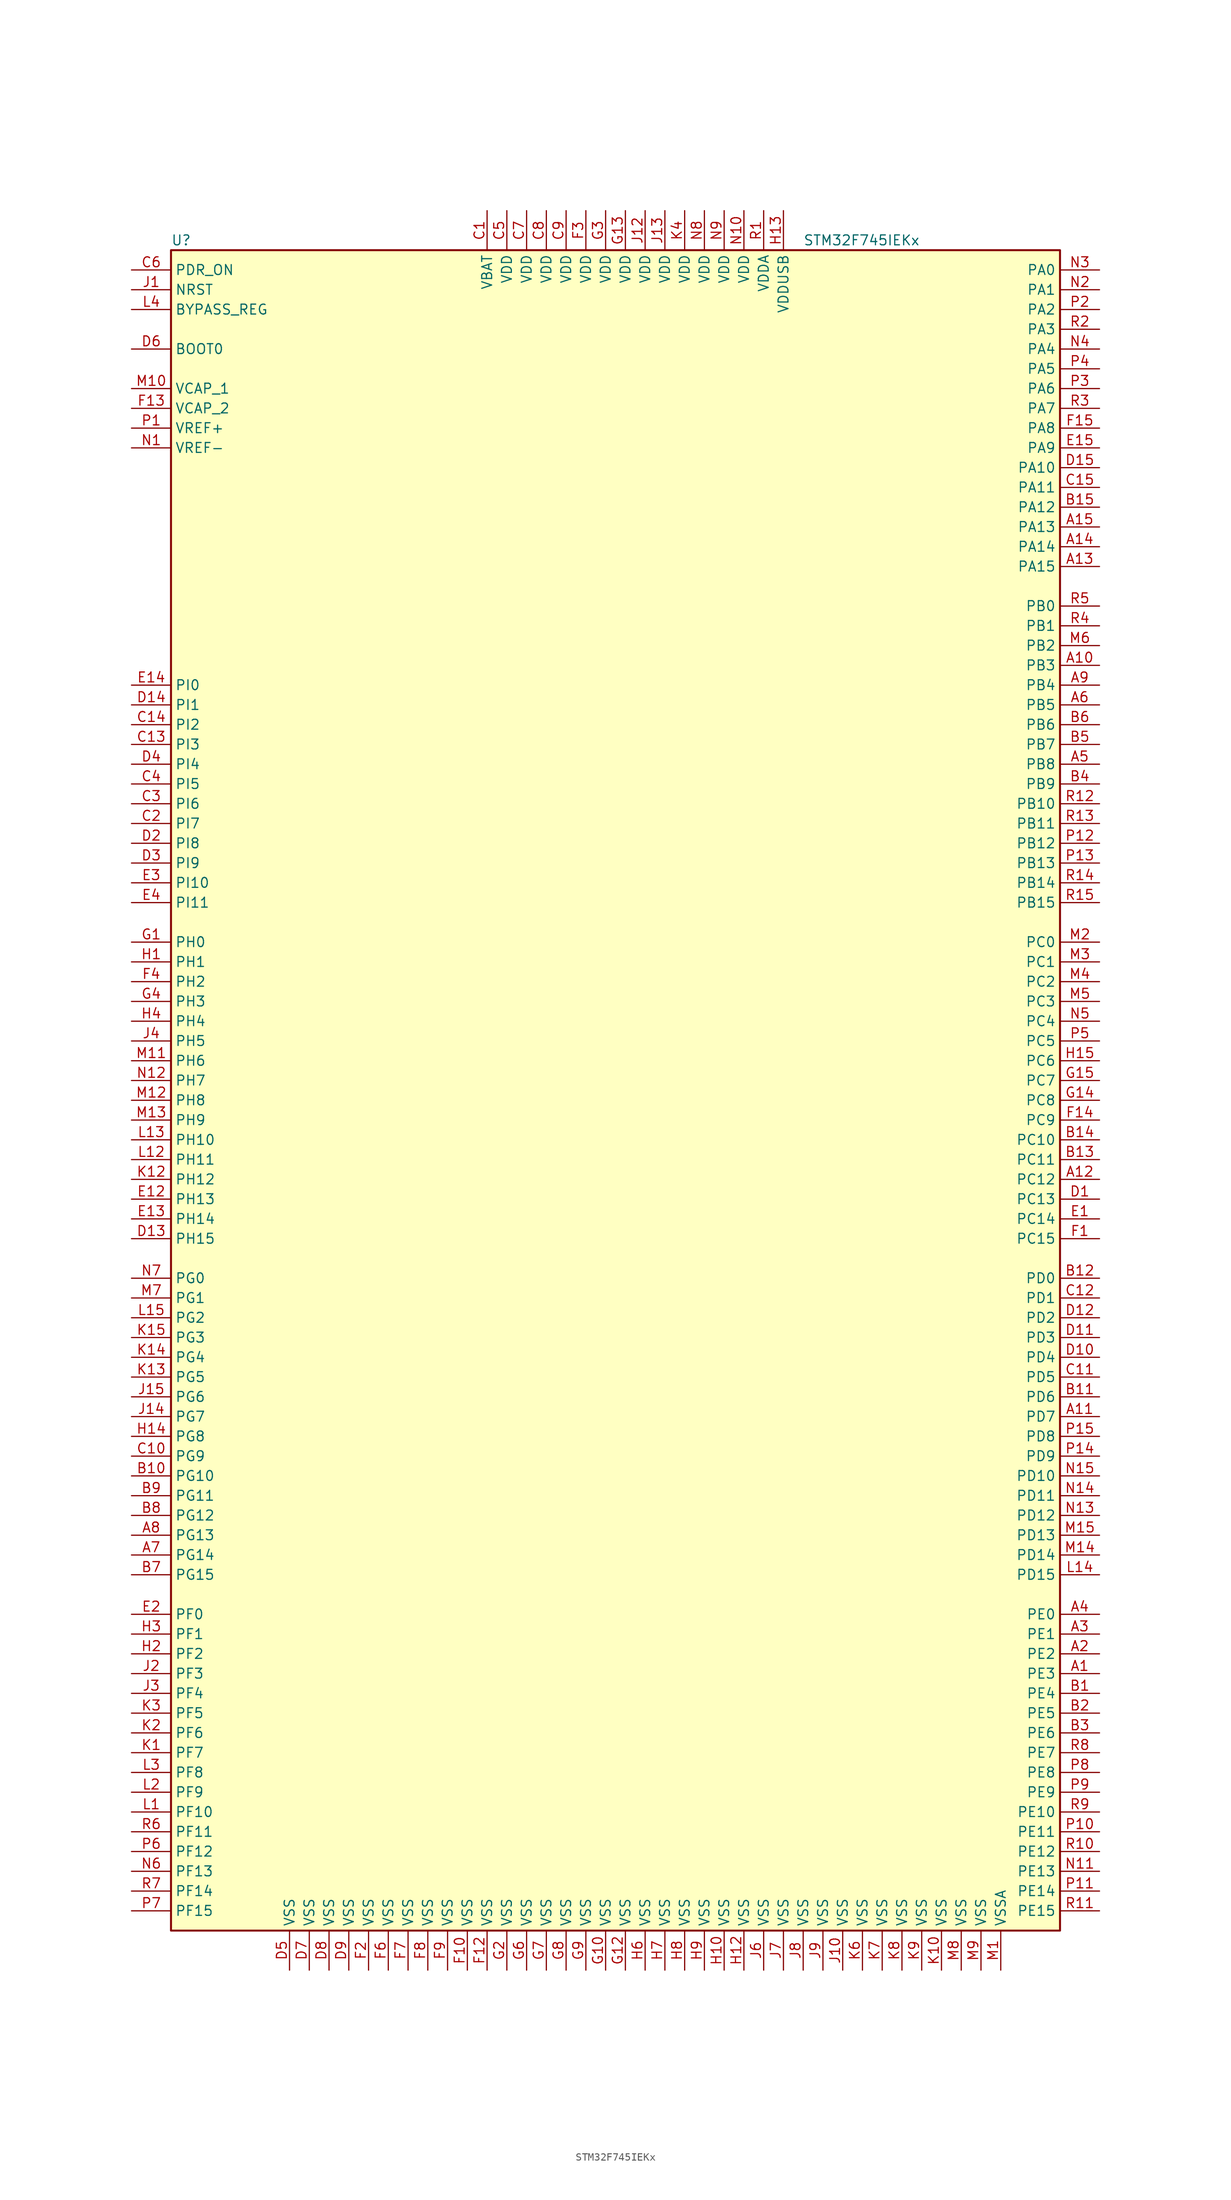
<source format=kicad_sym>
(kicad_symbol_lib
  (version 20201005)
  (generator kicad_symbol_editor)
  (symbol "STM32F745IEKx"
    (property "Reference" "U"
      (at -58.42 107.95 0)
      (effects (font (size 1.27 1.27)) (justify left)))
    (property "Value" "STM32F745IEKx"
      (at 22.86 107.95 0)
      (effects (font (size 1.27 1.27)) (justify left)))
    (symbol "STM32F745IEKx_0_1"
      (rectangle (start -58.42 -109.22) (end 55.88 106.68) (stroke (width 0.254)) (fill (type background))))
    (symbol "STM32F745IEKx_1_1"
      (pin input line (at -63.5 93.98 0) (length 5.08) (name "BOOT0" (effects (font (size 1.27 1.27)))) (number "D6" (effects (font (size 1.27 1.27)))))
      (pin input line (at -63.5 99.06 0) (length 5.08) (name "BYPASS_REG" (effects (font (size 1.27 1.27)))) (number "L4" (effects (font (size 1.27 1.27)))))
      (pin input line (at -63.5 101.6 0) (length 5.08) (name "NRST" (effects (font (size 1.27 1.27)))) (number "J1" (effects (font (size 1.27 1.27)))))
      (pin bidirectional line (at 60.96 104.14 180) (length 5.08) (name "PA0" (effects (font (size 1.27 1.27)))) (number "N3" (effects (font (size 1.27 1.27)))))
      (pin bidirectional line (at 60.96 101.6 180) (length 5.08) (name "PA1" (effects (font (size 1.27 1.27)))) (number "N2" (effects (font (size 1.27 1.27)))))
      (pin bidirectional line (at 60.96 78.74 180) (length 5.08) (name "PA10" (effects (font (size 1.27 1.27)))) (number "D15" (effects (font (size 1.27 1.27)))))
      (pin bidirectional line (at 60.96 76.2 180) (length 5.08) (name "PA11" (effects (font (size 1.27 1.27)))) (number "C15" (effects (font (size 1.27 1.27)))))
      (pin bidirectional line (at 60.96 73.66 180) (length 5.08) (name "PA12" (effects (font (size 1.27 1.27)))) (number "B15" (effects (font (size 1.27 1.27)))))
      (pin bidirectional line (at 60.96 71.12 180) (length 5.08) (name "PA13" (effects (font (size 1.27 1.27)))) (number "A15" (effects (font (size 1.27 1.27)))))
      (pin bidirectional line (at 60.96 68.58 180) (length 5.08) (name "PA14" (effects (font (size 1.27 1.27)))) (number "A14" (effects (font (size 1.27 1.27)))))
      (pin bidirectional line (at 60.96 66.04 180) (length 5.08) (name "PA15" (effects (font (size 1.27 1.27)))) (number "A13" (effects (font (size 1.27 1.27)))))
      (pin bidirectional line (at 60.96 99.06 180) (length 5.08) (name "PA2" (effects (font (size 1.27 1.27)))) (number "P2" (effects (font (size 1.27 1.27)))))
      (pin bidirectional line (at 60.96 96.52 180) (length 5.08) (name "PA3" (effects (font (size 1.27 1.27)))) (number "R2" (effects (font (size 1.27 1.27)))))
      (pin bidirectional line (at 60.96 93.98 180) (length 5.08) (name "PA4" (effects (font (size 1.27 1.27)))) (number "N4" (effects (font (size 1.27 1.27)))))
      (pin bidirectional line (at 60.96 91.44 180) (length 5.08) (name "PA5" (effects (font (size 1.27 1.27)))) (number "P4" (effects (font (size 1.27 1.27)))))
      (pin bidirectional line (at 60.96 88.9 180) (length 5.08) (name "PA6" (effects (font (size 1.27 1.27)))) (number "P3" (effects (font (size 1.27 1.27)))))
      (pin bidirectional line (at 60.96 86.36 180) (length 5.08) (name "PA7" (effects (font (size 1.27 1.27)))) (number "R3" (effects (font (size 1.27 1.27)))))
      (pin bidirectional line (at 60.96 83.82 180) (length 5.08) (name "PA8" (effects (font (size 1.27 1.27)))) (number "F15" (effects (font (size 1.27 1.27)))))
      (pin bidirectional line (at 60.96 81.28 180) (length 5.08) (name "PA9" (effects (font (size 1.27 1.27)))) (number "E15" (effects (font (size 1.27 1.27)))))
      (pin bidirectional line (at 60.96 60.96 180) (length 5.08) (name "PB0" (effects (font (size 1.27 1.27)))) (number "R5" (effects (font (size 1.27 1.27)))))
      (pin bidirectional line (at 60.96 58.42 180) (length 5.08) (name "PB1" (effects (font (size 1.27 1.27)))) (number "R4" (effects (font (size 1.27 1.27)))))
      (pin bidirectional line (at 60.96 35.56 180) (length 5.08) (name "PB10" (effects (font (size 1.27 1.27)))) (number "R12" (effects (font (size 1.27 1.27)))))
      (pin bidirectional line (at 60.96 33.02 180) (length 5.08) (name "PB11" (effects (font (size 1.27 1.27)))) (number "R13" (effects (font (size 1.27 1.27)))))
      (pin bidirectional line (at 60.96 30.48 180) (length 5.08) (name "PB12" (effects (font (size 1.27 1.27)))) (number "P12" (effects (font (size 1.27 1.27)))))
      (pin bidirectional line (at 60.96 27.94 180) (length 5.08) (name "PB13" (effects (font (size 1.27 1.27)))) (number "P13" (effects (font (size 1.27 1.27)))))
      (pin bidirectional line (at 60.96 25.4 180) (length 5.08) (name "PB14" (effects (font (size 1.27 1.27)))) (number "R14" (effects (font (size 1.27 1.27)))))
      (pin bidirectional line (at 60.96 22.86 180) (length 5.08) (name "PB15" (effects (font (size 1.27 1.27)))) (number "R15" (effects (font (size 1.27 1.27)))))
      (pin bidirectional line (at 60.96 55.88 180) (length 5.08) (name "PB2" (effects (font (size 1.27 1.27)))) (number "M6" (effects (font (size 1.27 1.27)))))
      (pin bidirectional line (at 60.96 53.34 180) (length 5.08) (name "PB3" (effects (font (size 1.27 1.27)))) (number "A10" (effects (font (size 1.27 1.27)))))
      (pin bidirectional line (at 60.96 50.8 180) (length 5.08) (name "PB4" (effects (font (size 1.27 1.27)))) (number "A9" (effects (font (size 1.27 1.27)))))
      (pin bidirectional line (at 60.96 48.26 180) (length 5.08) (name "PB5" (effects (font (size 1.27 1.27)))) (number "A6" (effects (font (size 1.27 1.27)))))
      (pin bidirectional line (at 60.96 45.72 180) (length 5.08) (name "PB6" (effects (font (size 1.27 1.27)))) (number "B6" (effects (font (size 1.27 1.27)))))
      (pin bidirectional line (at 60.96 43.18 180) (length 5.08) (name "PB7" (effects (font (size 1.27 1.27)))) (number "B5" (effects (font (size 1.27 1.27)))))
      (pin bidirectional line (at 60.96 40.64 180) (length 5.08) (name "PB8" (effects (font (size 1.27 1.27)))) (number "A5" (effects (font (size 1.27 1.27)))))
      (pin bidirectional line (at 60.96 38.1 180) (length 5.08) (name "PB9" (effects (font (size 1.27 1.27)))) (number "B4" (effects (font (size 1.27 1.27)))))
      (pin bidirectional line (at 60.96 17.78 180) (length 5.08) (name "PC0" (effects (font (size 1.27 1.27)))) (number "M2" (effects (font (size 1.27 1.27)))))
      (pin bidirectional line (at 60.96 15.24 180) (length 5.08) (name "PC1" (effects (font (size 1.27 1.27)))) (number "M3" (effects (font (size 1.27 1.27)))))
      (pin bidirectional line (at 60.96 -7.62 180) (length 5.08) (name "PC10" (effects (font (size 1.27 1.27)))) (number "B14" (effects (font (size 1.27 1.27)))))
      (pin bidirectional line (at 60.96 -10.16 180) (length 5.08) (name "PC11" (effects (font (size 1.27 1.27)))) (number "B13" (effects (font (size 1.27 1.27)))))
      (pin bidirectional line (at 60.96 -12.7 180) (length 5.08) (name "PC12" (effects (font (size 1.27 1.27)))) (number "A12" (effects (font (size 1.27 1.27)))))
      (pin bidirectional line (at 60.96 -15.24 180) (length 5.08) (name "PC13" (effects (font (size 1.27 1.27)))) (number "D1" (effects (font (size 1.27 1.27)))))
      (pin bidirectional line (at 60.96 -17.78 180) (length 5.08) (name "PC14" (effects (font (size 1.27 1.27)))) (number "E1" (effects (font (size 1.27 1.27)))))
      (pin bidirectional line (at 60.96 -20.32 180) (length 5.08) (name "PC15" (effects (font (size 1.27 1.27)))) (number "F1" (effects (font (size 1.27 1.27)))))
      (pin bidirectional line (at 60.96 12.7 180) (length 5.08) (name "PC2" (effects (font (size 1.27 1.27)))) (number "M4" (effects (font (size 1.27 1.27)))))
      (pin bidirectional line (at 60.96 10.16 180) (length 5.08) (name "PC3" (effects (font (size 1.27 1.27)))) (number "M5" (effects (font (size 1.27 1.27)))))
      (pin bidirectional line (at 60.96 7.62 180) (length 5.08) (name "PC4" (effects (font (size 1.27 1.27)))) (number "N5" (effects (font (size 1.27 1.27)))))
      (pin bidirectional line (at 60.96 5.08 180) (length 5.08) (name "PC5" (effects (font (size 1.27 1.27)))) (number "P5" (effects (font (size 1.27 1.27)))))
      (pin bidirectional line (at 60.96 2.54 180) (length 5.08) (name "PC6" (effects (font (size 1.27 1.27)))) (number "H15" (effects (font (size 1.27 1.27)))))
      (pin bidirectional line (at 60.96 0 180) (length 5.08) (name "PC7" (effects (font (size 1.27 1.27)))) (number "G15" (effects (font (size 1.27 1.27)))))
      (pin bidirectional line (at 60.96 -2.54 180) (length 5.08) (name "PC8" (effects (font (size 1.27 1.27)))) (number "G14" (effects (font (size 1.27 1.27)))))
      (pin bidirectional line (at 60.96 -5.08 180) (length 5.08) (name "PC9" (effects (font (size 1.27 1.27)))) (number "F14" (effects (font (size 1.27 1.27)))))
      (pin bidirectional line (at 60.96 -25.4 180) (length 5.08) (name "PD0" (effects (font (size 1.27 1.27)))) (number "B12" (effects (font (size 1.27 1.27)))))
      (pin bidirectional line (at 60.96 -27.94 180) (length 5.08) (name "PD1" (effects (font (size 1.27 1.27)))) (number "C12" (effects (font (size 1.27 1.27)))))
      (pin bidirectional line (at 60.96 -50.8 180) (length 5.08) (name "PD10" (effects (font (size 1.27 1.27)))) (number "N15" (effects (font (size 1.27 1.27)))))
      (pin bidirectional line (at 60.96 -53.34 180) (length 5.08) (name "PD11" (effects (font (size 1.27 1.27)))) (number "N14" (effects (font (size 1.27 1.27)))))
      (pin bidirectional line (at 60.96 -55.88 180) (length 5.08) (name "PD12" (effects (font (size 1.27 1.27)))) (number "N13" (effects (font (size 1.27 1.27)))))
      (pin bidirectional line (at 60.96 -58.42 180) (length 5.08) (name "PD13" (effects (font (size 1.27 1.27)))) (number "M15" (effects (font (size 1.27 1.27)))))
      (pin bidirectional line (at 60.96 -60.96 180) (length 5.08) (name "PD14" (effects (font (size 1.27 1.27)))) (number "M14" (effects (font (size 1.27 1.27)))))
      (pin bidirectional line (at 60.96 -63.5 180) (length 5.08) (name "PD15" (effects (font (size 1.27 1.27)))) (number "L14" (effects (font (size 1.27 1.27)))))
      (pin bidirectional line (at 60.96 -30.48 180) (length 5.08) (name "PD2" (effects (font (size 1.27 1.27)))) (number "D12" (effects (font (size 1.27 1.27)))))
      (pin bidirectional line (at 60.96 -33.02 180) (length 5.08) (name "PD3" (effects (font (size 1.27 1.27)))) (number "D11" (effects (font (size 1.27 1.27)))))
      (pin bidirectional line (at 60.96 -35.56 180) (length 5.08) (name "PD4" (effects (font (size 1.27 1.27)))) (number "D10" (effects (font (size 1.27 1.27)))))
      (pin bidirectional line (at 60.96 -38.1 180) (length 5.08) (name "PD5" (effects (font (size 1.27 1.27)))) (number "C11" (effects (font (size 1.27 1.27)))))
      (pin bidirectional line (at 60.96 -40.64 180) (length 5.08) (name "PD6" (effects (font (size 1.27 1.27)))) (number "B11" (effects (font (size 1.27 1.27)))))
      (pin bidirectional line (at 60.96 -43.18 180) (length 5.08) (name "PD7" (effects (font (size 1.27 1.27)))) (number "A11" (effects (font (size 1.27 1.27)))))
      (pin bidirectional line (at 60.96 -45.72 180) (length 5.08) (name "PD8" (effects (font (size 1.27 1.27)))) (number "P15" (effects (font (size 1.27 1.27)))))
      (pin bidirectional line (at 60.96 -48.26 180) (length 5.08) (name "PD9" (effects (font (size 1.27 1.27)))) (number "P14" (effects (font (size 1.27 1.27)))))
      (pin input line (at -63.5 104.14 0) (length 5.08) (name "PDR_ON" (effects (font (size 1.27 1.27)))) (number "C6" (effects (font (size 1.27 1.27)))))
      (pin bidirectional line (at 60.96 -68.58 180) (length 5.08) (name "PE0" (effects (font (size 1.27 1.27)))) (number "A4" (effects (font (size 1.27 1.27)))))
      (pin bidirectional line (at 60.96 -71.12 180) (length 5.08) (name "PE1" (effects (font (size 1.27 1.27)))) (number "A3" (effects (font (size 1.27 1.27)))))
      (pin bidirectional line (at 60.96 -93.98 180) (length 5.08) (name "PE10" (effects (font (size 1.27 1.27)))) (number "R9" (effects (font (size 1.27 1.27)))))
      (pin bidirectional line (at 60.96 -96.52 180) (length 5.08) (name "PE11" (effects (font (size 1.27 1.27)))) (number "P10" (effects (font (size 1.27 1.27)))))
      (pin bidirectional line (at 60.96 -99.06 180) (length 5.08) (name "PE12" (effects (font (size 1.27 1.27)))) (number "R10" (effects (font (size 1.27 1.27)))))
      (pin bidirectional line (at 60.96 -101.6 180) (length 5.08) (name "PE13" (effects (font (size 1.27 1.27)))) (number "N11" (effects (font (size 1.27 1.27)))))
      (pin bidirectional line (at 60.96 -104.14 180) (length 5.08) (name "PE14" (effects (font (size 1.27 1.27)))) (number "P11" (effects (font (size 1.27 1.27)))))
      (pin bidirectional line (at 60.96 -106.68 180) (length 5.08) (name "PE15" (effects (font (size 1.27 1.27)))) (number "R11" (effects (font (size 1.27 1.27)))))
      (pin bidirectional line (at 60.96 -73.66 180) (length 5.08) (name "PE2" (effects (font (size 1.27 1.27)))) (number "A2" (effects (font (size 1.27 1.27)))))
      (pin bidirectional line (at 60.96 -76.2 180) (length 5.08) (name "PE3" (effects (font (size 1.27 1.27)))) (number "A1" (effects (font (size 1.27 1.27)))))
      (pin bidirectional line (at 60.96 -78.74 180) (length 5.08) (name "PE4" (effects (font (size 1.27 1.27)))) (number "B1" (effects (font (size 1.27 1.27)))))
      (pin bidirectional line (at 60.96 -81.28 180) (length 5.08) (name "PE5" (effects (font (size 1.27 1.27)))) (number "B2" (effects (font (size 1.27 1.27)))))
      (pin bidirectional line (at 60.96 -83.82 180) (length 5.08) (name "PE6" (effects (font (size 1.27 1.27)))) (number "B3" (effects (font (size 1.27 1.27)))))
      (pin bidirectional line (at 60.96 -86.36 180) (length 5.08) (name "PE7" (effects (font (size 1.27 1.27)))) (number "R8" (effects (font (size 1.27 1.27)))))
      (pin bidirectional line (at 60.96 -88.9 180) (length 5.08) (name "PE8" (effects (font (size 1.27 1.27)))) (number "P8" (effects (font (size 1.27 1.27)))))
      (pin bidirectional line (at 60.96 -91.44 180) (length 5.08) (name "PE9" (effects (font (size 1.27 1.27)))) (number "P9" (effects (font (size 1.27 1.27)))))
      (pin bidirectional line (at -63.5 -68.58 0) (length 5.08) (name "PF0" (effects (font (size 1.27 1.27)))) (number "E2" (effects (font (size 1.27 1.27)))))
      (pin bidirectional line (at -63.5 -71.12 0) (length 5.08) (name "PF1" (effects (font (size 1.27 1.27)))) (number "H3" (effects (font (size 1.27 1.27)))))
      (pin bidirectional line (at -63.5 -93.98 0) (length 5.08) (name "PF10" (effects (font (size 1.27 1.27)))) (number "L1" (effects (font (size 1.27 1.27)))))
      (pin bidirectional line (at -63.5 -96.52 0) (length 5.08) (name "PF11" (effects (font (size 1.27 1.27)))) (number "R6" (effects (font (size 1.27 1.27)))))
      (pin bidirectional line (at -63.5 -99.06 0) (length 5.08) (name "PF12" (effects (font (size 1.27 1.27)))) (number "P6" (effects (font (size 1.27 1.27)))))
      (pin bidirectional line (at -63.5 -101.6 0) (length 5.08) (name "PF13" (effects (font (size 1.27 1.27)))) (number "N6" (effects (font (size 1.27 1.27)))))
      (pin bidirectional line (at -63.5 -104.14 0) (length 5.08) (name "PF14" (effects (font (size 1.27 1.27)))) (number "R7" (effects (font (size 1.27 1.27)))))
      (pin bidirectional line (at -63.5 -106.68 0) (length 5.08) (name "PF15" (effects (font (size 1.27 1.27)))) (number "P7" (effects (font (size 1.27 1.27)))))
      (pin bidirectional line (at -63.5 -73.66 0) (length 5.08) (name "PF2" (effects (font (size 1.27 1.27)))) (number "H2" (effects (font (size 1.27 1.27)))))
      (pin bidirectional line (at -63.5 -76.2 0) (length 5.08) (name "PF3" (effects (font (size 1.27 1.27)))) (number "J2" (effects (font (size 1.27 1.27)))))
      (pin bidirectional line (at -63.5 -78.74 0) (length 5.08) (name "PF4" (effects (font (size 1.27 1.27)))) (number "J3" (effects (font (size 1.27 1.27)))))
      (pin bidirectional line (at -63.5 -81.28 0) (length 5.08) (name "PF5" (effects (font (size 1.27 1.27)))) (number "K3" (effects (font (size 1.27 1.27)))))
      (pin bidirectional line (at -63.5 -83.82 0) (length 5.08) (name "PF6" (effects (font (size 1.27 1.27)))) (number "K2" (effects (font (size 1.27 1.27)))))
      (pin bidirectional line (at -63.5 -86.36 0) (length 5.08) (name "PF7" (effects (font (size 1.27 1.27)))) (number "K1" (effects (font (size 1.27 1.27)))))
      (pin bidirectional line (at -63.5 -88.9 0) (length 5.08) (name "PF8" (effects (font (size 1.27 1.27)))) (number "L3" (effects (font (size 1.27 1.27)))))
      (pin bidirectional line (at -63.5 -91.44 0) (length 5.08) (name "PF9" (effects (font (size 1.27 1.27)))) (number "L2" (effects (font (size 1.27 1.27)))))
      (pin bidirectional line (at -63.5 -25.4 0) (length 5.08) (name "PG0" (effects (font (size 1.27 1.27)))) (number "N7" (effects (font (size 1.27 1.27)))))
      (pin bidirectional line (at -63.5 -27.94 0) (length 5.08) (name "PG1" (effects (font (size 1.27 1.27)))) (number "M7" (effects (font (size 1.27 1.27)))))
      (pin bidirectional line (at -63.5 -50.8 0) (length 5.08) (name "PG10" (effects (font (size 1.27 1.27)))) (number "B10" (effects (font (size 1.27 1.27)))))
      (pin bidirectional line (at -63.5 -53.34 0) (length 5.08) (name "PG11" (effects (font (size 1.27 1.27)))) (number "B9" (effects (font (size 1.27 1.27)))))
      (pin bidirectional line (at -63.5 -55.88 0) (length 5.08) (name "PG12" (effects (font (size 1.27 1.27)))) (number "B8" (effects (font (size 1.27 1.27)))))
      (pin bidirectional line (at -63.5 -58.42 0) (length 5.08) (name "PG13" (effects (font (size 1.27 1.27)))) (number "A8" (effects (font (size 1.27 1.27)))))
      (pin bidirectional line (at -63.5 -60.96 0) (length 5.08) (name "PG14" (effects (font (size 1.27 1.27)))) (number "A7" (effects (font (size 1.27 1.27)))))
      (pin bidirectional line (at -63.5 -63.5 0) (length 5.08) (name "PG15" (effects (font (size 1.27 1.27)))) (number "B7" (effects (font (size 1.27 1.27)))))
      (pin bidirectional line (at -63.5 -30.48 0) (length 5.08) (name "PG2" (effects (font (size 1.27 1.27)))) (number "L15" (effects (font (size 1.27 1.27)))))
      (pin bidirectional line (at -63.5 -33.02 0) (length 5.08) (name "PG3" (effects (font (size 1.27 1.27)))) (number "K15" (effects (font (size 1.27 1.27)))))
      (pin bidirectional line (at -63.5 -35.56 0) (length 5.08) (name "PG4" (effects (font (size 1.27 1.27)))) (number "K14" (effects (font (size 1.27 1.27)))))
      (pin bidirectional line (at -63.5 -38.1 0) (length 5.08) (name "PG5" (effects (font (size 1.27 1.27)))) (number "K13" (effects (font (size 1.27 1.27)))))
      (pin bidirectional line (at -63.5 -40.64 0) (length 5.08) (name "PG6" (effects (font (size 1.27 1.27)))) (number "J15" (effects (font (size 1.27 1.27)))))
      (pin bidirectional line (at -63.5 -43.18 0) (length 5.08) (name "PG7" (effects (font (size 1.27 1.27)))) (number "J14" (effects (font (size 1.27 1.27)))))
      (pin bidirectional line (at -63.5 -45.72 0) (length 5.08) (name "PG8" (effects (font (size 1.27 1.27)))) (number "H14" (effects (font (size 1.27 1.27)))))
      (pin bidirectional line (at -63.5 -48.26 0) (length 5.08) (name "PG9" (effects (font (size 1.27 1.27)))) (number "C10" (effects (font (size 1.27 1.27)))))
      (pin input line (at -63.5 17.78 0) (length 5.08) (name "PH0" (effects (font (size 1.27 1.27)))) (number "G1" (effects (font (size 1.27 1.27)))))
      (pin input line (at -63.5 15.24 0) (length 5.08) (name "PH1" (effects (font (size 1.27 1.27)))) (number "H1" (effects (font (size 1.27 1.27)))))
      (pin bidirectional line (at -63.5 -7.62 0) (length 5.08) (name "PH10" (effects (font (size 1.27 1.27)))) (number "L13" (effects (font (size 1.27 1.27)))))
      (pin bidirectional line (at -63.5 -10.16 0) (length 5.08) (name "PH11" (effects (font (size 1.27 1.27)))) (number "L12" (effects (font (size 1.27 1.27)))))
      (pin bidirectional line (at -63.5 -12.7 0) (length 5.08) (name "PH12" (effects (font (size 1.27 1.27)))) (number "K12" (effects (font (size 1.27 1.27)))))
      (pin bidirectional line (at -63.5 -15.24 0) (length 5.08) (name "PH13" (effects (font (size 1.27 1.27)))) (number "E12" (effects (font (size 1.27 1.27)))))
      (pin bidirectional line (at -63.5 -17.78 0) (length 5.08) (name "PH14" (effects (font (size 1.27 1.27)))) (number "E13" (effects (font (size 1.27 1.27)))))
      (pin bidirectional line (at -63.5 -20.32 0) (length 5.08) (name "PH15" (effects (font (size 1.27 1.27)))) (number "D13" (effects (font (size 1.27 1.27)))))
      (pin bidirectional line (at -63.5 12.7 0) (length 5.08) (name "PH2" (effects (font (size 1.27 1.27)))) (number "F4" (effects (font (size 1.27 1.27)))))
      (pin bidirectional line (at -63.5 10.16 0) (length 5.08) (name "PH3" (effects (font (size 1.27 1.27)))) (number "G4" (effects (font (size 1.27 1.27)))))
      (pin bidirectional line (at -63.5 7.62 0) (length 5.08) (name "PH4" (effects (font (size 1.27 1.27)))) (number "H4" (effects (font (size 1.27 1.27)))))
      (pin bidirectional line (at -63.5 5.08 0) (length 5.08) (name "PH5" (effects (font (size 1.27 1.27)))) (number "J4" (effects (font (size 1.27 1.27)))))
      (pin bidirectional line (at -63.5 2.54 0) (length 5.08) (name "PH6" (effects (font (size 1.27 1.27)))) (number "M11" (effects (font (size 1.27 1.27)))))
      (pin bidirectional line (at -63.5 0 0) (length 5.08) (name "PH7" (effects (font (size 1.27 1.27)))) (number "N12" (effects (font (size 1.27 1.27)))))
      (pin bidirectional line (at -63.5 -2.54 0) (length 5.08) (name "PH8" (effects (font (size 1.27 1.27)))) (number "M12" (effects (font (size 1.27 1.27)))))
      (pin bidirectional line (at -63.5 -5.08 0) (length 5.08) (name "PH9" (effects (font (size 1.27 1.27)))) (number "M13" (effects (font (size 1.27 1.27)))))
      (pin bidirectional line (at -63.5 50.8 0) (length 5.08) (name "PI0" (effects (font (size 1.27 1.27)))) (number "E14" (effects (font (size 1.27 1.27)))))
      (pin bidirectional line (at -63.5 48.26 0) (length 5.08) (name "PI1" (effects (font (size 1.27 1.27)))) (number "D14" (effects (font (size 1.27 1.27)))))
      (pin bidirectional line (at -63.5 25.4 0) (length 5.08) (name "PI10" (effects (font (size 1.27 1.27)))) (number "E3" (effects (font (size 1.27 1.27)))))
      (pin bidirectional line (at -63.5 22.86 0) (length 5.08) (name "PI11" (effects (font (size 1.27 1.27)))) (number "E4" (effects (font (size 1.27 1.27)))))
      (pin bidirectional line (at -63.5 45.72 0) (length 5.08) (name "PI2" (effects (font (size 1.27 1.27)))) (number "C14" (effects (font (size 1.27 1.27)))))
      (pin bidirectional line (at -63.5 43.18 0) (length 5.08) (name "PI3" (effects (font (size 1.27 1.27)))) (number "C13" (effects (font (size 1.27 1.27)))))
      (pin bidirectional line (at -63.5 40.64 0) (length 5.08) (name "PI4" (effects (font (size 1.27 1.27)))) (number "D4" (effects (font (size 1.27 1.27)))))
      (pin bidirectional line (at -63.5 38.1 0) (length 5.08) (name "PI5" (effects (font (size 1.27 1.27)))) (number "C4" (effects (font (size 1.27 1.27)))))
      (pin bidirectional line (at -63.5 35.56 0) (length 5.08) (name "PI6" (effects (font (size 1.27 1.27)))) (number "C3" (effects (font (size 1.27 1.27)))))
      (pin bidirectional line (at -63.5 33.02 0) (length 5.08) (name "PI7" (effects (font (size 1.27 1.27)))) (number "C2" (effects (font (size 1.27 1.27)))))
      (pin bidirectional line (at -63.5 30.48 0) (length 5.08) (name "PI8" (effects (font (size 1.27 1.27)))) (number "D2" (effects (font (size 1.27 1.27)))))
      (pin bidirectional line (at -63.5 27.94 0) (length 5.08) (name "PI9" (effects (font (size 1.27 1.27)))) (number "D3" (effects (font (size 1.27 1.27)))))
      (pin power_in line (at -17.78 111.76 270) (length 5.08) (name "VBAT" (effects (font (size 1.27 1.27)))) (number "C1" (effects (font (size 1.27 1.27)))))
      (pin power_in line (at -63.5 88.9 0) (length 5.08) (name "VCAP_1" (effects (font (size 1.27 1.27)))) (number "M10" (effects (font (size 1.27 1.27)))))
      (pin power_in line (at -63.5 86.36 0) (length 5.08) (name "VCAP_2" (effects (font (size 1.27 1.27)))) (number "F13" (effects (font (size 1.27 1.27)))))
      (pin power_in line (at -15.24 111.76 270) (length 5.08) (name "VDD" (effects (font (size 1.27 1.27)))) (number "C5" (effects (font (size 1.27 1.27)))))
      (pin power_in line (at -12.7 111.76 270) (length 5.08) (name "VDD" (effects (font (size 1.27 1.27)))) (number "C7" (effects (font (size 1.27 1.27)))))
      (pin power_in line (at -10.16 111.76 270) (length 5.08) (name "VDD" (effects (font (size 1.27 1.27)))) (number "C8" (effects (font (size 1.27 1.27)))))
      (pin power_in line (at -7.62 111.76 270) (length 5.08) (name "VDD" (effects (font (size 1.27 1.27)))) (number "C9" (effects (font (size 1.27 1.27)))))
      (pin power_in line (at -5.08 111.76 270) (length 5.08) (name "VDD" (effects (font (size 1.27 1.27)))) (number "F3" (effects (font (size 1.27 1.27)))))
      (pin power_in line (at 0 111.76 270) (length 5.08) (name "VDD" (effects (font (size 1.27 1.27)))) (number "G13" (effects (font (size 1.27 1.27)))))
      (pin power_in line (at -2.54 111.76 270) (length 5.08) (name "VDD" (effects (font (size 1.27 1.27)))) (number "G3" (effects (font (size 1.27 1.27)))))
      (pin power_in line (at 2.54 111.76 270) (length 5.08) (name "VDD" (effects (font (size 1.27 1.27)))) (number "J12" (effects (font (size 1.27 1.27)))))
      (pin power_in line (at 5.08 111.76 270) (length 5.08) (name "VDD" (effects (font (size 1.27 1.27)))) (number "J13" (effects (font (size 1.27 1.27)))))
      (pin power_in line (at 7.62 111.76 270) (length 5.08) (name "VDD" (effects (font (size 1.27 1.27)))) (number "K4" (effects (font (size 1.27 1.27)))))
      (pin power_in line (at 15.24 111.76 270) (length 5.08) (name "VDD" (effects (font (size 1.27 1.27)))) (number "N10" (effects (font (size 1.27 1.27)))))
      (pin power_in line (at 10.16 111.76 270) (length 5.08) (name "VDD" (effects (font (size 1.27 1.27)))) (number "N8" (effects (font (size 1.27 1.27)))))
      (pin power_in line (at 12.7 111.76 270) (length 5.08) (name "VDD" (effects (font (size 1.27 1.27)))) (number "N9" (effects (font (size 1.27 1.27)))))
      (pin power_in line (at 17.78 111.76 270) (length 5.08) (name "VDDA" (effects (font (size 1.27 1.27)))) (number "R1" (effects (font (size 1.27 1.27)))))
      (pin power_in line (at 20.32 111.76 270) (length 5.08) (name "VDDUSB" (effects (font (size 1.27 1.27)))) (number "H13" (effects (font (size 1.27 1.27)))))
      (pin power_in line (at -63.5 83.82 0) (length 5.08) (name "VREF+" (effects (font (size 1.27 1.27)))) (number "P1" (effects (font (size 1.27 1.27)))))
      (pin power_in line (at -63.5 81.28 0) (length 5.08) (name "VREF-" (effects (font (size 1.27 1.27)))) (number "N1" (effects (font (size 1.27 1.27)))))
      (pin power_in line (at -43.18 -114.3 90) (length 5.08) (name "VSS" (effects (font (size 1.27 1.27)))) (number "D5" (effects (font (size 1.27 1.27)))))
      (pin power_in line (at -40.64 -114.3 90) (length 5.08) (name "VSS" (effects (font (size 1.27 1.27)))) (number "D7" (effects (font (size 1.27 1.27)))))
      (pin power_in line (at -38.1 -114.3 90) (length 5.08) (name "VSS" (effects (font (size 1.27 1.27)))) (number "D8" (effects (font (size 1.27 1.27)))))
      (pin power_in line (at -35.56 -114.3 90) (length 5.08) (name "VSS" (effects (font (size 1.27 1.27)))) (number "D9" (effects (font (size 1.27 1.27)))))
      (pin power_in line (at -20.32 -114.3 90) (length 5.08) (name "VSS" (effects (font (size 1.27 1.27)))) (number "F10" (effects (font (size 1.27 1.27)))))
      (pin power_in line (at -17.78 -114.3 90) (length 5.08) (name "VSS" (effects (font (size 1.27 1.27)))) (number "F12" (effects (font (size 1.27 1.27)))))
      (pin power_in line (at -33.02 -114.3 90) (length 5.08) (name "VSS" (effects (font (size 1.27 1.27)))) (number "F2" (effects (font (size 1.27 1.27)))))
      (pin power_in line (at -30.48 -114.3 90) (length 5.08) (name "VSS" (effects (font (size 1.27 1.27)))) (number "F6" (effects (font (size 1.27 1.27)))))
      (pin power_in line (at -27.94 -114.3 90) (length 5.08) (name "VSS" (effects (font (size 1.27 1.27)))) (number "F7" (effects (font (size 1.27 1.27)))))
      (pin power_in line (at -25.4 -114.3 90) (length 5.08) (name "VSS" (effects (font (size 1.27 1.27)))) (number "F8" (effects (font (size 1.27 1.27)))))
      (pin power_in line (at -22.86 -114.3 90) (length 5.08) (name "VSS" (effects (font (size 1.27 1.27)))) (number "F9" (effects (font (size 1.27 1.27)))))
      (pin power_in line (at -2.54 -114.3 90) (length 5.08) (name "VSS" (effects (font (size 1.27 1.27)))) (number "G10" (effects (font (size 1.27 1.27)))))
      (pin power_in line (at 0 -114.3 90) (length 5.08) (name "VSS" (effects (font (size 1.27 1.27)))) (number "G12" (effects (font (size 1.27 1.27)))))
      (pin power_in line (at -15.24 -114.3 90) (length 5.08) (name "VSS" (effects (font (size 1.27 1.27)))) (number "G2" (effects (font (size 1.27 1.27)))))
      (pin power_in line (at -12.7 -114.3 90) (length 5.08) (name "VSS" (effects (font (size 1.27 1.27)))) (number "G6" (effects (font (size 1.27 1.27)))))
      (pin power_in line (at -10.16 -114.3 90) (length 5.08) (name "VSS" (effects (font (size 1.27 1.27)))) (number "G7" (effects (font (size 1.27 1.27)))))
      (pin power_in line (at -7.62 -114.3 90) (length 5.08) (name "VSS" (effects (font (size 1.27 1.27)))) (number "G8" (effects (font (size 1.27 1.27)))))
      (pin power_in line (at -5.08 -114.3 90) (length 5.08) (name "VSS" (effects (font (size 1.27 1.27)))) (number "G9" (effects (font (size 1.27 1.27)))))
      (pin power_in line (at 12.7 -114.3 90) (length 5.08) (name "VSS" (effects (font (size 1.27 1.27)))) (number "H10" (effects (font (size 1.27 1.27)))))
      (pin power_in line (at 15.24 -114.3 90) (length 5.08) (name "VSS" (effects (font (size 1.27 1.27)))) (number "H12" (effects (font (size 1.27 1.27)))))
      (pin power_in line (at 2.54 -114.3 90) (length 5.08) (name "VSS" (effects (font (size 1.27 1.27)))) (number "H6" (effects (font (size 1.27 1.27)))))
      (pin power_in line (at 5.08 -114.3 90) (length 5.08) (name "VSS" (effects (font (size 1.27 1.27)))) (number "H7" (effects (font (size 1.27 1.27)))))
      (pin power_in line (at 7.62 -114.3 90) (length 5.08) (name "VSS" (effects (font (size 1.27 1.27)))) (number "H8" (effects (font (size 1.27 1.27)))))
      (pin power_in line (at 10.16 -114.3 90) (length 5.08) (name "VSS" (effects (font (size 1.27 1.27)))) (number "H9" (effects (font (size 1.27 1.27)))))
      (pin power_in line (at 27.94 -114.3 90) (length 5.08) (name "VSS" (effects (font (size 1.27 1.27)))) (number "J10" (effects (font (size 1.27 1.27)))))
      (pin power_in line (at 17.78 -114.3 90) (length 5.08) (name "VSS" (effects (font (size 1.27 1.27)))) (number "J6" (effects (font (size 1.27 1.27)))))
      (pin power_in line (at 20.32 -114.3 90) (length 5.08) (name "VSS" (effects (font (size 1.27 1.27)))) (number "J7" (effects (font (size 1.27 1.27)))))
      (pin power_in line (at 22.86 -114.3 90) (length 5.08) (name "VSS" (effects (font (size 1.27 1.27)))) (number "J8" (effects (font (size 1.27 1.27)))))
      (pin power_in line (at 25.4 -114.3 90) (length 5.08) (name "VSS" (effects (font (size 1.27 1.27)))) (number "J9" (effects (font (size 1.27 1.27)))))
      (pin power_in line (at 40.64 -114.3 90) (length 5.08) (name "VSS" (effects (font (size 1.27 1.27)))) (number "K10" (effects (font (size 1.27 1.27)))))
      (pin power_in line (at 30.48 -114.3 90) (length 5.08) (name "VSS" (effects (font (size 1.27 1.27)))) (number "K6" (effects (font (size 1.27 1.27)))))
      (pin power_in line (at 33.02 -114.3 90) (length 5.08) (name "VSS" (effects (font (size 1.27 1.27)))) (number "K7" (effects (font (size 1.27 1.27)))))
      (pin power_in line (at 35.56 -114.3 90) (length 5.08) (name "VSS" (effects (font (size 1.27 1.27)))) (number "K8" (effects (font (size 1.27 1.27)))))
      (pin power_in line (at 38.1 -114.3 90) (length 5.08) (name "VSS" (effects (font (size 1.27 1.27)))) (number "K9" (effects (font (size 1.27 1.27)))))
      (pin power_in line (at 43.18 -114.3 90) (length 5.08) (name "VSS" (effects (font (size 1.27 1.27)))) (number "M8" (effects (font (size 1.27 1.27)))))
      (pin power_in line (at 45.72 -114.3 90) (length 5.08) (name "VSS" (effects (font (size 1.27 1.27)))) (number "M9" (effects (font (size 1.27 1.27)))))
      (pin power_in line (at 48.26 -114.3 90) (length 5.08) (name "VSSA" (effects (font (size 1.27 1.27)))) (number "M1" (effects (font (size 1.27 1.27))))))))
</source>
